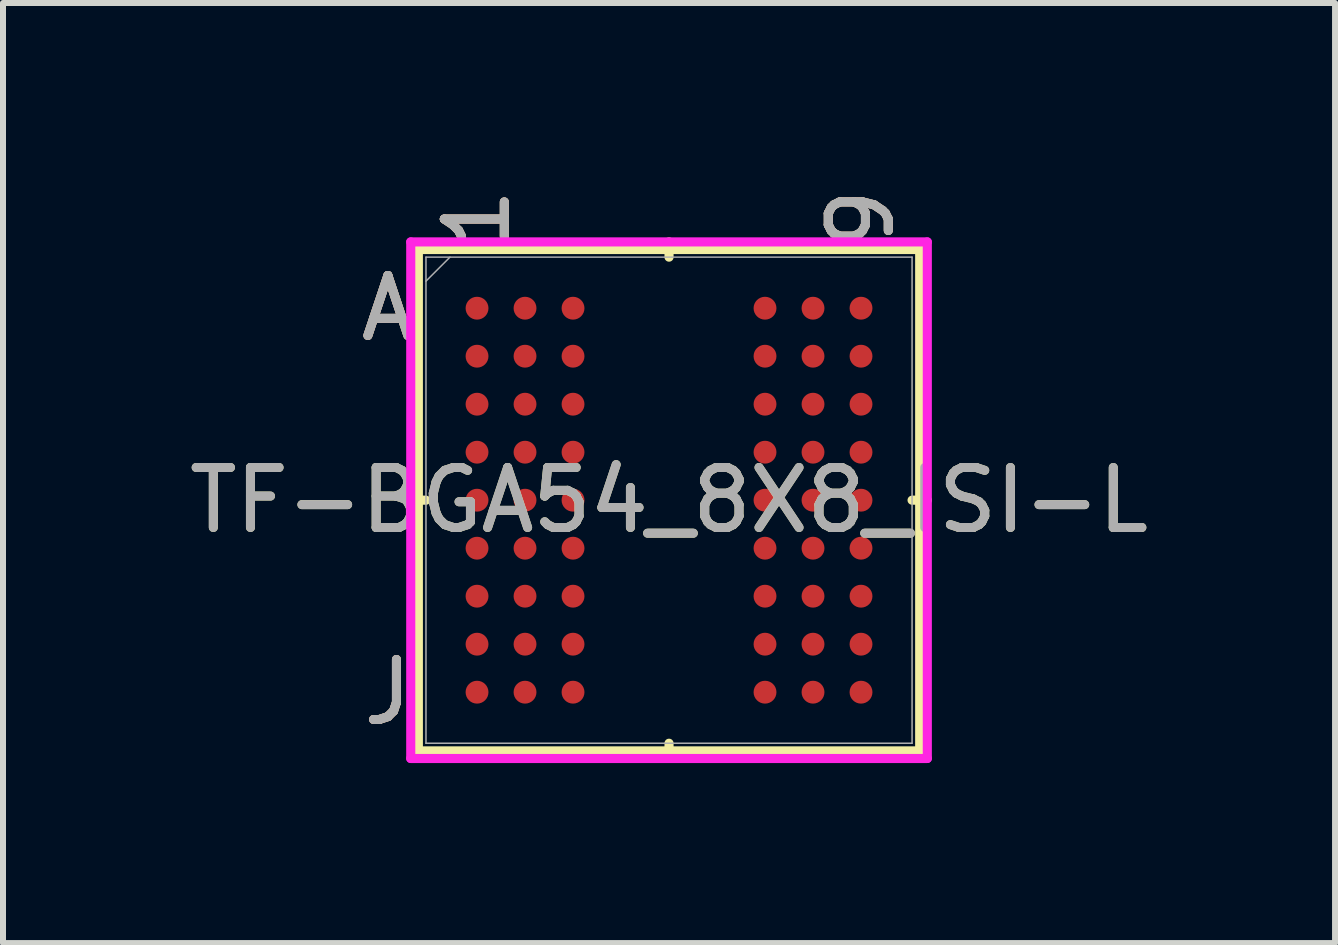
<source format=kicad_pcb>
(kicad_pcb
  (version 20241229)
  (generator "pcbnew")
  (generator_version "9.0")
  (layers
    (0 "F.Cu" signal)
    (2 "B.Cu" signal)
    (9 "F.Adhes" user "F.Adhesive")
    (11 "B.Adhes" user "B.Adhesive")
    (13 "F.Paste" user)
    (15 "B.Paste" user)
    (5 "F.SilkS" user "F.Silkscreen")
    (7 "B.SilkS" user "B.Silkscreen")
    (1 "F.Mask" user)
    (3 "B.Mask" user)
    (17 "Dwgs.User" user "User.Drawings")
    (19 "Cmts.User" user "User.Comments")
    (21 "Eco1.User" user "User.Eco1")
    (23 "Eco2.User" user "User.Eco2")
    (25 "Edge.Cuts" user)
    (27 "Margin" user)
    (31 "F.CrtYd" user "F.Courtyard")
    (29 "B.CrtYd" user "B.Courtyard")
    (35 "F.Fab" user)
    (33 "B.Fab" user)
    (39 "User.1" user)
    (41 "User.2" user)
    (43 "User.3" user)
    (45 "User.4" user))
  (footprint "TF-BGA54_8X8_ISI-L"
    (layer "F.Cu")
    (at 8.101 5.287)
    (property "Reference" "TF-BGA54_8X8_ISI-L" (at 0 0 0) (unlocked yes) (layer "F.SilkS") (effects (font (size 1 1) (thickness 0.15))))
    (attr smd)
    (fp_line (start -4.178 -4.178) (end -4.178 4.178) (stroke (width 0.152) (type solid)) (layer "F.SilkS"))
    (fp_line (start -4.178 4.178) (end 4.178 4.178) (stroke (width 0.152) (type solid)) (layer "F.SilkS"))
    (fp_line (start -4.051 0) (end -4.305 0) (stroke (width 0.152) (type solid)) (layer "F.SilkS"))
    (fp_line (start 0 -4.051) (end 0 -4.305) (stroke (width 0.152) (type solid)) (layer "F.SilkS"))
    (fp_line (start 0 4.051) (end 0 4.305) (stroke (width 0.152) (type solid)) (layer "F.SilkS"))
    (fp_line (start 4.051 0) (end 4.305 0) (stroke (width 0.152) (type solid)) (layer "F.SilkS"))
    (fp_line (start 4.178 -4.178) (end -4.178 -4.178) (stroke (width 0.152) (type solid)) (layer "F.SilkS"))
    (fp_line (start 4.178 4.178) (end 4.178 -4.178) (stroke (width 0.152) (type solid)) (layer "F.SilkS"))
    (fp_poly (pts (xy -4.045 -4.045) (xy 4.045 -4.045) (xy 4.045 4.045) (xy -4.045 4.045)) (stroke (width 0.1) (type solid)) (fill no) (layer "Eco2.User"))
    (fp_line (start -4.305 -4.305) (end 4.305 -4.305) (stroke (width 0.152) (type solid)) (layer "F.CrtYd"))
    (fp_line (start -4.305 4.305) (end -4.305 -4.305) (stroke (width 0.152) (type solid)) (layer "F.CrtYd"))
    (fp_line (start 4.305 -4.305) (end 4.305 4.305) (stroke (width 0.152) (type solid)) (layer "F.CrtYd"))
    (fp_line (start 4.305 4.305) (end -4.305 4.305) (stroke (width 0.152) (type solid)) (layer "F.CrtYd"))
    (fp_line (start -4.051 -4.051) (end -4.051 4.051) (stroke (width 0.025) (type solid)) (layer "F.Fab"))
    (fp_line (start -4.051 4.051) (end 4.051 4.051) (stroke (width 0.025) (type solid)) (layer "F.Fab"))
    (fp_line (start -3.651 -4.051) (end -4.051 -3.651) (stroke (width 0.025) (type solid)) (layer "F.Fab"))
    (fp_line (start 4.051 -4.051) (end -4.051 -4.051) (stroke (width 0.025) (type solid)) (layer "F.Fab"))
    (fp_line (start 4.051 4.051) (end 4.051 -4.051) (stroke (width 0.025) (type solid)) (layer "F.Fab"))
    (fp_text user "9" (at 3.2 -4.686 90) (unlocked yes) (layer "F.SilkS") (effects (font (size 1 1) (thickness 0.15))))
    (fp_text user "J" (at -4.686 3.2 0) (unlocked yes) (layer "F.SilkS") (effects (font (size 1 1) (thickness 0.15))))
    (fp_text user "A" (at -4.686 -3.2 0) (unlocked yes) (layer "F.SilkS") (effects (font (size 1 1) (thickness 0.15))))
    (fp_text user "1" (at -3.2 -4.686 90) (unlocked yes) (layer "F.SilkS") (effects (font (size 1 1) (thickness 0.15))))
    (fp_text user "J" (at -4.686 3.2 0) (unlocked yes) (layer "B.SilkS") (effects (font (size 1 1) (thickness 0.15))))
    (fp_text user "1" (at -3.2 -4.686 90) (unlocked yes) (layer "B.SilkS") (effects (font (size 1 1) (thickness 0.15))))
    (fp_text user "9" (at 3.2 -4.686 90) (unlocked yes) (layer "B.SilkS") (effects (font (size 1 1) (thickness 0.15))))
    (fp_text user "A" (at -4.686 -3.2 0) (unlocked yes) (layer "B.SilkS") (effects (font (size 1 1) (thickness 0.15))))
    (fp_text user "A" (at -4.686 -3.2 0) (unlocked yes) (layer "F.Fab") (effects (font (size 1 1) (thickness 0.15))))
    (fp_text user "J" (at -4.686 3.2 0) (unlocked yes) (layer "F.Fab") (effects (font (size 1 1) (thickness 0.15))))
    (fp_text user "${REFERENCE}" (at 0 0 0) (unlocked yes) (layer "F.Fab") (effects (font (size 1 1) (thickness 0.15))))
    (fp_text user "9" (at 3.2 -4.686 90) (unlocked yes) (layer "F.Fab") (effects (font (size 1 1) (thickness 0.15))))
    (fp_text user "1" (at -3.2 -4.686 90) (unlocked yes) (layer "F.Fab") (effects (font (size 1 1) (thickness 0.15))))
    (pad "A1" smd circle (at -3.2 -3.2) (size 0.381 0.381) (layers "F.Cu" "F.Mask" "F.Paste"))
    (pad "A2" smd circle (at -2.4 -3.2) (size 0.381 0.381) (layers "F.Cu" "F.Mask" "F.Paste"))
    (pad "A3" smd circle (at -1.6 -3.2) (size 0.381 0.381) (layers "F.Cu" "F.Mask" "F.Paste"))
    (pad "A7" smd circle (at 1.6 -3.2) (size 0.381 0.381) (layers "F.Cu" "F.Mask" "F.Paste"))
    (pad "A8" smd circle (at 2.4 -3.2) (size 0.381 0.381) (layers "F.Cu" "F.Mask" "F.Paste"))
    (pad "A9" smd circle (at 3.2 -3.2) (size 0.381 0.381) (layers "F.Cu" "F.Mask" "F.Paste"))
    (pad "B1" smd circle (at -3.2 -2.4) (size 0.381 0.381) (layers "F.Cu" "F.Mask" "F.Paste"))
    (pad "B2" smd circle (at -2.4 -2.4) (size 0.381 0.381) (layers "F.Cu" "F.Mask" "F.Paste"))
    (pad "B3" smd circle (at -1.6 -2.4) (size 0.381 0.381) (layers "F.Cu" "F.Mask" "F.Paste"))
    (pad "B7" smd circle (at 1.6 -2.4) (size 0.381 0.381) (layers "F.Cu" "F.Mask" "F.Paste"))
    (pad "B8" smd circle (at 2.4 -2.4) (size 0.381 0.381) (layers "F.Cu" "F.Mask" "F.Paste"))
    (pad "B9" smd circle (at 3.2 -2.4) (size 0.381 0.381) (layers "F.Cu" "F.Mask" "F.Paste"))
    (pad "C1" smd circle (at -3.2 -1.6) (size 0.381 0.381) (layers "F.Cu" "F.Mask" "F.Paste"))
    (pad "C2" smd circle (at -2.4 -1.6) (size 0.381 0.381) (layers "F.Cu" "F.Mask" "F.Paste"))
    (pad "C3" smd circle (at -1.6 -1.6) (size 0.381 0.381) (layers "F.Cu" "F.Mask" "F.Paste"))
    (pad "C7" smd circle (at 1.6 -1.6) (size 0.381 0.381) (layers "F.Cu" "F.Mask" "F.Paste"))
    (pad "C8" smd circle (at 2.4 -1.6) (size 0.381 0.381) (layers "F.Cu" "F.Mask" "F.Paste"))
    (pad "C9" smd circle (at 3.2 -1.6) (size 0.381 0.381) (layers "F.Cu" "F.Mask" "F.Paste"))
    (pad "D1" smd circle (at -3.2 -0.8) (size 0.381 0.381) (layers "F.Cu" "F.Mask" "F.Paste"))
    (pad "D2" smd circle (at -2.4 -0.8) (size 0.381 0.381) (layers "F.Cu" "F.Mask" "F.Paste"))
    (pad "D3" smd circle (at -1.6 -0.8) (size 0.381 0.381) (layers "F.Cu" "F.Mask" "F.Paste"))
    (pad "D7" smd circle (at 1.6 -0.8) (size 0.381 0.381) (layers "F.Cu" "F.Mask" "F.Paste"))
    (pad "D8" smd circle (at 2.4 -0.8) (size 0.381 0.381) (layers "F.Cu" "F.Mask" "F.Paste"))
    (pad "D9" smd circle (at 3.2 -0.8) (size 0.381 0.381) (layers "F.Cu" "F.Mask" "F.Paste"))
    (pad "E1" smd circle (at -3.2 0) (size 0.381 0.381) (layers "F.Cu" "F.Mask" "F.Paste"))
    (pad "E2" smd circle (at -2.4 0) (size 0.381 0.381) (layers "F.Cu" "F.Mask" "F.Paste"))
    (pad "E3" smd circle (at -1.6 0) (size 0.381 0.381) (layers "F.Cu" "F.Mask" "F.Paste"))
    (pad "E7" smd circle (at 1.6 0) (size 0.381 0.381) (layers "F.Cu" "F.Mask" "F.Paste"))
    (pad "E8" smd circle (at 2.4 0) (size 0.381 0.381) (layers "F.Cu" "F.Mask" "F.Paste"))
    (pad "E9" smd circle (at 3.2 0) (size 0.381 0.381) (layers "F.Cu" "F.Mask" "F.Paste"))
    (pad "F1" smd circle (at -3.2 0.8) (size 0.381 0.381) (layers "F.Cu" "F.Mask" "F.Paste"))
    (pad "F2" smd circle (at -2.4 0.8) (size 0.381 0.381) (layers "F.Cu" "F.Mask" "F.Paste"))
    (pad "F3" smd circle (at -1.6 0.8) (size 0.381 0.381) (layers "F.Cu" "F.Mask" "F.Paste"))
    (pad "F7" smd circle (at 1.6 0.8) (size 0.381 0.381) (layers "F.Cu" "F.Mask" "F.Paste"))
    (pad "F8" smd circle (at 2.4 0.8) (size 0.381 0.381) (layers "F.Cu" "F.Mask" "F.Paste"))
    (pad "F9" smd circle (at 3.2 0.8) (size 0.381 0.381) (layers "F.Cu" "F.Mask" "F.Paste"))
    (pad "G1" smd circle (at -3.2 1.6) (size 0.381 0.381) (layers "F.Cu" "F.Mask" "F.Paste"))
    (pad "G2" smd circle (at -2.4 1.6) (size 0.381 0.381) (layers "F.Cu" "F.Mask" "F.Paste"))
    (pad "G3" smd circle (at -1.6 1.6) (size 0.381 0.381) (layers "F.Cu" "F.Mask" "F.Paste"))
    (pad "G7" smd circle (at 1.6 1.6) (size 0.381 0.381) (layers "F.Cu" "F.Mask" "F.Paste"))
    (pad "G8" smd circle (at 2.4 1.6) (size 0.381 0.381) (layers "F.Cu" "F.Mask" "F.Paste"))
    (pad "G9" smd circle (at 3.2 1.6) (size 0.381 0.381) (layers "F.Cu" "F.Mask" "F.Paste"))
    (pad "H1" smd circle (at -3.2 2.4) (size 0.381 0.381) (layers "F.Cu" "F.Mask" "F.Paste"))
    (pad "H2" smd circle (at -2.4 2.4) (size 0.381 0.381) (layers "F.Cu" "F.Mask" "F.Paste"))
    (pad "H3" smd circle (at -1.6 2.4) (size 0.381 0.381) (layers "F.Cu" "F.Mask" "F.Paste"))
    (pad "H7" smd circle (at 1.6 2.4) (size 0.381 0.381) (layers "F.Cu" "F.Mask" "F.Paste"))
    (pad "H8" smd circle (at 2.4 2.4) (size 0.381 0.381) (layers "F.Cu" "F.Mask" "F.Paste"))
    (pad "H9" smd circle (at 3.2 2.4) (size 0.381 0.381) (layers "F.Cu" "F.Mask" "F.Paste"))
    (pad "J1" smd circle (at -3.2 3.2) (size 0.381 0.381) (layers "F.Cu" "F.Mask" "F.Paste"))
    (pad "J2" smd circle (at -2.4 3.2) (size 0.381 0.381) (layers "F.Cu" "F.Mask" "F.Paste"))
    (pad "J3" smd circle (at -1.6 3.2) (size 0.381 0.381) (layers "F.Cu" "F.Mask" "F.Paste"))
    (pad "J7" smd circle (at 1.6 3.2) (size 0.381 0.381) (layers "F.Cu" "F.Mask" "F.Paste"))
    (pad "J8" smd circle (at 2.4 3.2) (size 0.381 0.381) (layers "F.Cu" "F.Mask" "F.Paste"))
    (pad "J9" smd circle (at 3.2 3.2) (size 0.381 0.381) (layers "F.Cu" "F.Mask" "F.Paste")))
  (gr_rect
    (start -3 -3)
    (end 19.202 12.669)
    (stroke (width 0.1) (type default))
    (fill no)
    (layer "Edge.Cuts")))
</source>
